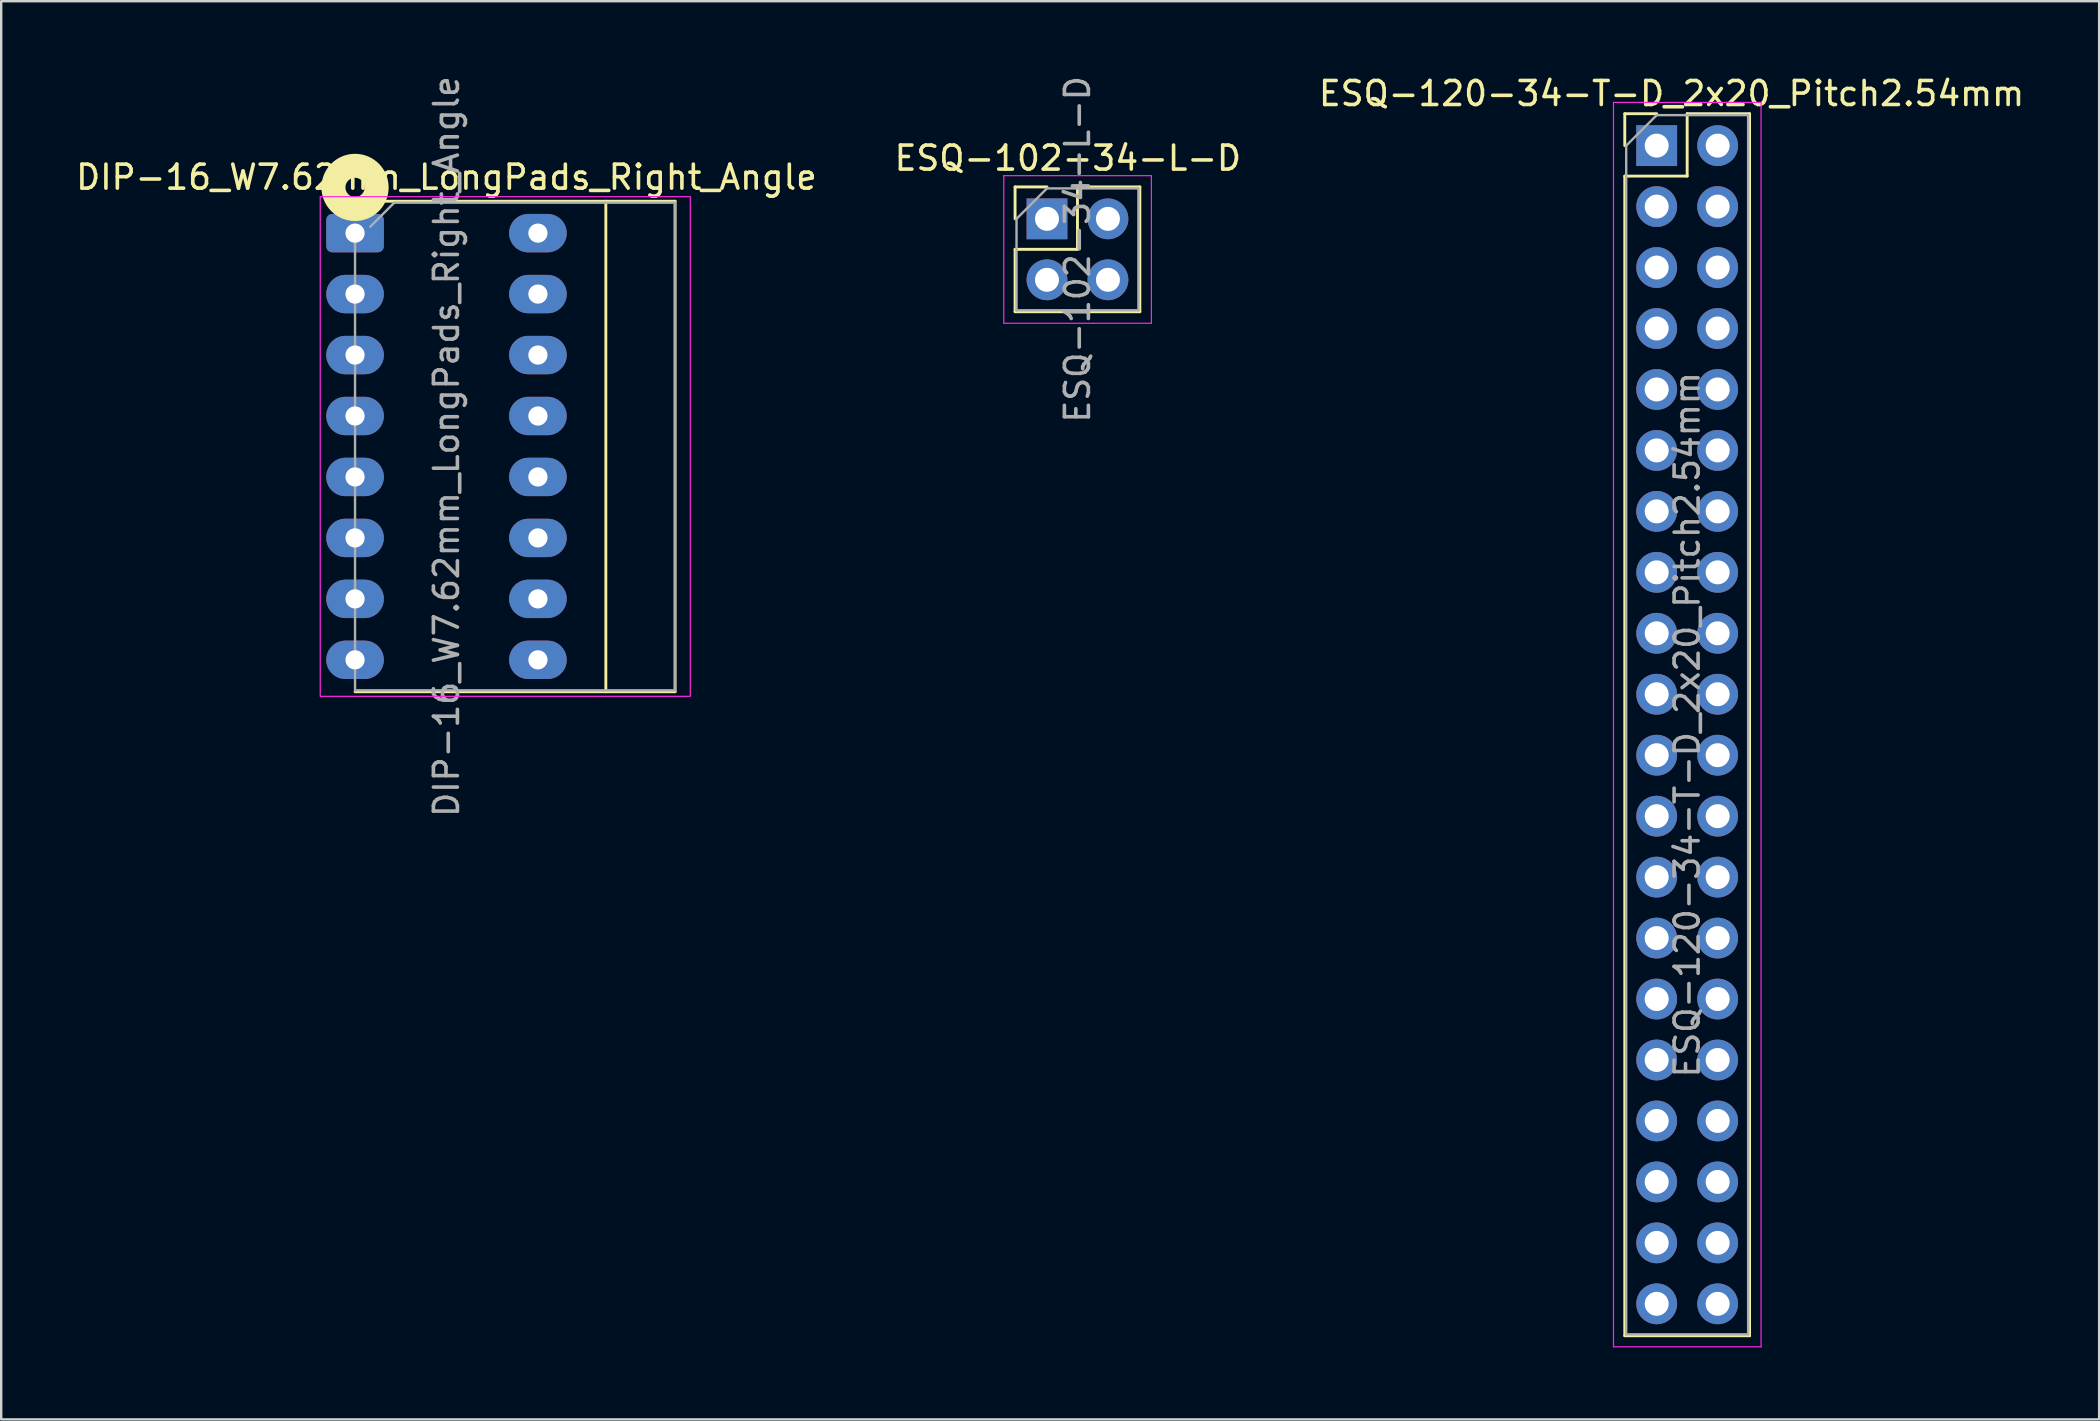
<source format=kicad_pcb>
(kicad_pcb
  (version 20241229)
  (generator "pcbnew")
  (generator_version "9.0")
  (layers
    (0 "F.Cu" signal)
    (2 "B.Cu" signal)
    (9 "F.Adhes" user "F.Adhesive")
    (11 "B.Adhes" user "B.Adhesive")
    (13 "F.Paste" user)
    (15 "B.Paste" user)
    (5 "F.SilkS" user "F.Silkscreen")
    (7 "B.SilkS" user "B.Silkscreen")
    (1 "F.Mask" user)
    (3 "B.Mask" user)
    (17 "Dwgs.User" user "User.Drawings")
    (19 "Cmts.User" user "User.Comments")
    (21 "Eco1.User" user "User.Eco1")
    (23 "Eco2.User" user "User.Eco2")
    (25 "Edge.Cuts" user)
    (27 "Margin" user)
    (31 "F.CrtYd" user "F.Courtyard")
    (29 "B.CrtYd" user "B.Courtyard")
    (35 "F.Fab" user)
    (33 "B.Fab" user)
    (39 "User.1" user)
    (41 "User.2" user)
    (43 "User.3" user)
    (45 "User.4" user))
  (footprint "ESQ-102-34-L-D"
    (layer "F.Cu")
    (at 41.846 7.339)
    (property "Reference" "ESQ-102-34-L-D" (at -0.4 -3.8 0) (layer "F.SilkS") (effects (font (size 1 1) (thickness 0.15))))
    (attr through_hole)
    (fp_line (start -2.6 -2.6) (end -1.27 -2.6) (stroke (width 0.12) (type solid)) (layer "F.SilkS"))
    (fp_line (start -2.6 -1.27) (end -2.6 -2.6) (stroke (width 0.12) (type solid)) (layer "F.SilkS"))
    (fp_line (start -2.6 0) (end -2.6 2.6) (stroke (width 0.12) (type solid)) (layer "F.SilkS"))
    (fp_line (start -2.6 0) (end 0 0) (stroke (width 0.12) (type solid)) (layer "F.SilkS"))
    (fp_line (start -2.6 2.6) (end 2.6 2.6) (stroke (width 0.12) (type solid)) (layer "F.SilkS"))
    (fp_line (start 0 -2.6) (end 2.6 -2.6) (stroke (width 0.12) (type solid)) (layer "F.SilkS"))
    (fp_line (start 0 0) (end 0 -2.6) (stroke (width 0.12) (type solid)) (layer "F.SilkS"))
    (fp_line (start 2.6 -2.6) (end 2.6 2.6) (stroke (width 0.12) (type solid)) (layer "F.SilkS"))
    (fp_line (start -3.07 -3.07) (end -3.07 3.08) (stroke (width 0.05) (type solid)) (layer "F.CrtYd"))
    (fp_line (start -3.07 3.08) (end 3.08 3.08) (stroke (width 0.05) (type solid)) (layer "F.CrtYd"))
    (fp_line (start 3.08 -3.07) (end -3.07 -3.07) (stroke (width 0.05) (type solid)) (layer "F.CrtYd"))
    (fp_line (start 3.08 3.08) (end 3.08 -3.07) (stroke (width 0.05) (type solid)) (layer "F.CrtYd"))
    (fp_line (start -2.54 -1.27) (end -1.27 -2.54) (stroke (width 0.1) (type solid)) (layer "F.Fab"))
    (fp_line (start -2.54 2.54) (end -2.54 -1.27) (stroke (width 0.1) (type solid)) (layer "F.Fab"))
    (fp_line (start -1.27 -2.54) (end 2.54 -2.54) (stroke (width 0.1) (type solid)) (layer "F.Fab"))
    (fp_line (start 2.54 -2.54) (end 2.54 2.54) (stroke (width 0.1) (type solid)) (layer "F.Fab"))
    (fp_line (start 2.54 2.54) (end -2.54 2.54) (stroke (width 0.1) (type solid)) (layer "F.Fab"))
    (fp_text user "${REFERENCE}" (at 0 0 90) (layer "F.Fab") (effects (font (size 1 1) (thickness 0.15))))
    (pad "1" thru_hole rect (at -1.27 -1.27) (size 1.7 1.7) (drill 1) (layers "*.Cu" "*.Mask"))
    (pad "2" thru_hole oval (at 1.27 -1.27) (size 1.7 1.7) (drill 1) (layers "*.Cu" "*.Mask"))
    (pad "3" thru_hole oval (at -1.27 1.27) (size 1.7 1.7) (drill 1) (layers "*.Cu" "*.Mask"))
    (pad "4" thru_hole oval (at 1.27 1.27) (size 1.7 1.7) (drill 1) (layers "*.Cu" "*.Mask")))
  (footprint "DIP-16_W7.62mm_LongPads_Right_Angle"
    (layer "F.Cu")
    (at 11.744 6.664)
    (property "Reference" "DIP-16_W7.62mm_LongPads_Right_Angle" (at 3.81 -2.33 0) (layer "F.SilkS") (effects (font (size 1 1) (thickness 0.15))))
    (attr through_hole)
    (fp_line (start 0 19.11) (end 13.335 19.11) (stroke (width 0.12) (type solid)) (layer "F.SilkS"))
    (fp_line (start 10.45 -1.33) (end 10.45 19.11) (stroke (width 0.12) (type solid)) (layer "F.SilkS"))
    (fp_line (start 13.335 -1.33) (end 1.27 -1.33) (stroke (width 0.12) (type solid)) (layer "F.SilkS"))
    (fp_line (start 13.335 19.11) (end 13.335 -1.33) (stroke (width 0.12) (type solid)) (layer "F.SilkS"))
    (fp_circle (center 0 -1.905) (end 0.4 -1.905) (stroke (width 1) (type solid)) (fill no) (layer "F.SilkS"))
    (fp_rect (start -1.45 -1.52) (end 13.97 19.3) (stroke (width 0.05) (type solid)) (fill no) (layer "F.CrtYd"))
    (fp_line (start 0 19.05) (end 0 -0.27) (stroke (width 0.1) (type solid)) (layer "F.Fab"))
    (fp_line (start 0.635 -0.27) (end 1.635 -1.27) (stroke (width 0.1) (type solid)) (layer "F.Fab"))
    (fp_line (start 1.635 -1.27) (end 13.335 -1.27) (stroke (width 0.1) (type solid)) (layer "F.Fab"))
    (fp_line (start 13.335 -1.27) (end 13.335 19.05) (stroke (width 0.1) (type solid)) (layer "F.Fab"))
    (fp_line (start 13.335 19.05) (end 0 19.05) (stroke (width 0.1) (type solid)) (layer "F.Fab"))
    (fp_text user "${REFERENCE}" (at 3.81 8.89 90) (layer "F.Fab") (effects (font (size 1 1) (thickness 0.15))))
    (pad "1" thru_hole roundrect (at 0 0) (size 2.4 1.6) (drill 0.8) (layers "*.Cu" "*.Mask") (roundrect_rratio 0.156))
    (pad "2" thru_hole oval (at 0 2.54) (size 2.4 1.6) (drill 0.8) (layers "*.Cu" "*.Mask"))
    (pad "3" thru_hole oval (at 0 5.08) (size 2.4 1.6) (drill 0.8) (layers "*.Cu" "*.Mask"))
    (pad "4" thru_hole oval (at 0 7.62) (size 2.4 1.6) (drill 0.8) (layers "*.Cu" "*.Mask"))
    (pad "5" thru_hole oval (at 0 10.16) (size 2.4 1.6) (drill 0.8) (layers "*.Cu" "*.Mask"))
    (pad "6" thru_hole oval (at 0 12.7) (size 2.4 1.6) (drill 0.8) (layers "*.Cu" "*.Mask"))
    (pad "7" thru_hole oval (at 0 15.24) (size 2.4 1.6) (drill 0.8) (layers "*.Cu" "*.Mask"))
    (pad "8" thru_hole oval (at 0 17.78) (size 2.4 1.6) (drill 0.8) (layers "*.Cu" "*.Mask"))
    (pad "9" thru_hole oval (at 7.62 17.78) (size 2.4 1.6) (drill 0.8) (layers "*.Cu" "*.Mask"))
    (pad "10" thru_hole oval (at 7.62 15.24) (size 2.4 1.6) (drill 0.8) (layers "*.Cu" "*.Mask"))
    (pad "11" thru_hole oval (at 7.62 12.7) (size 2.4 1.6) (drill 0.8) (layers "*.Cu" "*.Mask"))
    (pad "12" thru_hole oval (at 7.62 10.16) (size 2.4 1.6) (drill 0.8) (layers "*.Cu" "*.Mask"))
    (pad "13" thru_hole oval (at 7.62 7.62) (size 2.4 1.6) (drill 0.8) (layers "*.Cu" "*.Mask"))
    (pad "14" thru_hole oval (at 7.62 5.08) (size 2.4 1.6) (drill 0.8) (layers "*.Cu" "*.Mask"))
    (pad "15" thru_hole oval (at 7.62 2.54) (size 2.4 1.6) (drill 0.8) (layers "*.Cu" "*.Mask"))
    (pad "16" thru_hole oval (at 7.62 0) (size 2.4 1.6) (drill 0.8) (layers "*.Cu" "*.Mask")))
  (footprint "ESQ-120-34-T-D_2x20_Pitch2.54mm"
    (layer "F.Cu")
    (at 67.251 27.148)
    (property "Reference" "ESQ-120-34-T-D_2x20_Pitch2.54mm" (at -0.65 -26.3 0) (layer "F.SilkS") (effects (font (size 1 1) (thickness 0.15))))
    (attr through_hole)
    (fp_line (start -2.6 -25.46) (end -1.27 -25.46) (stroke (width 0.12) (type solid)) (layer "F.SilkS"))
    (fp_line (start -2.6 -24.13) (end -2.6 -25.46) (stroke (width 0.12) (type solid)) (layer "F.SilkS"))
    (fp_line (start -2.6 -22.86) (end -2.6 25.46) (stroke (width 0.12) (type solid)) (layer "F.SilkS"))
    (fp_line (start -2.6 -22.86) (end 0 -22.86) (stroke (width 0.12) (type solid)) (layer "F.SilkS"))
    (fp_line (start -2.6 25.46) (end 2.6 25.46) (stroke (width 0.12) (type solid)) (layer "F.SilkS"))
    (fp_line (start 0 -25.46) (end 2.6 -25.46) (stroke (width 0.12) (type solid)) (layer "F.SilkS"))
    (fp_line (start 0 -22.86) (end 0 -25.46) (stroke (width 0.12) (type solid)) (layer "F.SilkS"))
    (fp_line (start 2.6 -25.46) (end 2.6 25.46) (stroke (width 0.12) (type solid)) (layer "F.SilkS"))
    (fp_line (start -3.07 -25.93) (end -3.07 25.92) (stroke (width 0.05) (type solid)) (layer "F.CrtYd"))
    (fp_line (start -3.07 25.92) (end 3.08 25.92) (stroke (width 0.05) (type solid)) (layer "F.CrtYd"))
    (fp_line (start 3.08 -25.93) (end -3.07 -25.93) (stroke (width 0.05) (type solid)) (layer "F.CrtYd"))
    (fp_line (start 3.08 25.92) (end 3.08 -25.93) (stroke (width 0.05) (type solid)) (layer "F.CrtYd"))
    (fp_line (start -2.54 -24.13) (end -1.27 -25.4) (stroke (width 0.1) (type solid)) (layer "F.Fab"))
    (fp_line (start -2.54 25.4) (end -2.54 -24.13) (stroke (width 0.1) (type solid)) (layer "F.Fab"))
    (fp_line (start -1.27 -25.4) (end 2.54 -25.4) (stroke (width 0.1) (type solid)) (layer "F.Fab"))
    (fp_line (start 2.54 -25.4) (end 2.54 25.4) (stroke (width 0.1) (type solid)) (layer "F.Fab"))
    (fp_line (start 2.54 25.4) (end -2.54 25.4) (stroke (width 0.1) (type solid)) (layer "F.Fab"))
    (fp_text user "${REFERENCE}" (at 0 0 90) (layer "F.Fab") (effects (font (size 1 1) (thickness 0.15))))
    (pad "1" thru_hole rect (at -1.27 -24.13) (size 1.7 1.7) (drill 1) (layers "*.Cu" "*.Mask"))
    (pad "2" thru_hole oval (at 1.27 -24.13) (size 1.7 1.7) (drill 1) (layers "*.Cu" "*.Mask"))
    (pad "3" thru_hole oval (at -1.27 -21.59) (size 1.7 1.7) (drill 1) (layers "*.Cu" "*.Mask"))
    (pad "4" thru_hole oval (at 1.27 -21.59) (size 1.7 1.7) (drill 1) (layers "*.Cu" "*.Mask"))
    (pad "5" thru_hole oval (at -1.27 -19.05) (size 1.7 1.7) (drill 1) (layers "*.Cu" "*.Mask"))
    (pad "6" thru_hole oval (at 1.27 -19.05) (size 1.7 1.7) (drill 1) (layers "*.Cu" "*.Mask"))
    (pad "7" thru_hole oval (at -1.27 -16.51) (size 1.7 1.7) (drill 1) (layers "*.Cu" "*.Mask"))
    (pad "8" thru_hole oval (at 1.27 -16.51) (size 1.7 1.7) (drill 1) (layers "*.Cu" "*.Mask"))
    (pad "9" thru_hole oval (at -1.27 -13.97) (size 1.7 1.7) (drill 1) (layers "*.Cu" "*.Mask"))
    (pad "10" thru_hole oval (at 1.27 -13.97) (size 1.7 1.7) (drill 1) (layers "*.Cu" "*.Mask"))
    (pad "11" thru_hole oval (at -1.27 -11.43) (size 1.7 1.7) (drill 1) (layers "*.Cu" "*.Mask"))
    (pad "12" thru_hole oval (at 1.27 -11.43) (size 1.7 1.7) (drill 1) (layers "*.Cu" "*.Mask"))
    (pad "13" thru_hole oval (at -1.27 -8.89) (size 1.7 1.7) (drill 1) (layers "*.Cu" "*.Mask"))
    (pad "14" thru_hole oval (at 1.27 -8.89) (size 1.7 1.7) (drill 1) (layers "*.Cu" "*.Mask"))
    (pad "15" thru_hole oval (at -1.27 -6.35) (size 1.7 1.7) (drill 1) (layers "*.Cu" "*.Mask"))
    (pad "16" thru_hole oval (at 1.27 -6.35) (size 1.7 1.7) (drill 1) (layers "*.Cu" "*.Mask"))
    (pad "17" thru_hole oval (at -1.27 -3.81) (size 1.7 1.7) (drill 1) (layers "*.Cu" "*.Mask"))
    (pad "18" thru_hole oval (at 1.27 -3.81) (size 1.7 1.7) (drill 1) (layers "*.Cu" "*.Mask"))
    (pad "19" thru_hole oval (at -1.27 -1.27) (size 1.7 1.7) (drill 1) (layers "*.Cu" "*.Mask"))
    (pad "20" thru_hole oval (at 1.27 -1.27) (size 1.7 1.7) (drill 1) (layers "*.Cu" "*.Mask"))
    (pad "21" thru_hole oval (at -1.27 1.27) (size 1.7 1.7) (drill 1) (layers "*.Cu" "*.Mask"))
    (pad "22" thru_hole oval (at 1.27 1.27) (size 1.7 1.7) (drill 1) (layers "*.Cu" "*.Mask"))
    (pad "23" thru_hole oval (at -1.27 3.81) (size 1.7 1.7) (drill 1) (layers "*.Cu" "*.Mask"))
    (pad "24" thru_hole oval (at 1.27 3.81) (size 1.7 1.7) (drill 1) (layers "*.Cu" "*.Mask"))
    (pad "25" thru_hole oval (at -1.27 6.35) (size 1.7 1.7) (drill 1) (layers "*.Cu" "*.Mask"))
    (pad "26" thru_hole oval (at 1.27 6.35) (size 1.7 1.7) (drill 1) (layers "*.Cu" "*.Mask"))
    (pad "27" thru_hole oval (at -1.27 8.89) (size 1.7 1.7) (drill 1) (layers "*.Cu" "*.Mask"))
    (pad "28" thru_hole oval (at 1.27 8.89) (size 1.7 1.7) (drill 1) (layers "*.Cu" "*.Mask"))
    (pad "29" thru_hole oval (at -1.27 11.43) (size 1.7 1.7) (drill 1) (layers "*.Cu" "*.Mask"))
    (pad "30" thru_hole oval (at 1.27 11.43) (size 1.7 1.7) (drill 1) (layers "*.Cu" "*.Mask"))
    (pad "31" thru_hole oval (at -1.27 13.97) (size 1.7 1.7) (drill 1) (layers "*.Cu" "*.Mask"))
    (pad "32" thru_hole oval (at 1.27 13.97) (size 1.7 1.7) (drill 1) (layers "*.Cu" "*.Mask"))
    (pad "33" thru_hole oval (at -1.27 16.51) (size 1.7 1.7) (drill 1) (layers "*.Cu" "*.Mask"))
    (pad "34" thru_hole oval (at 1.27 16.51) (size 1.7 1.7) (drill 1) (layers "*.Cu" "*.Mask"))
    (pad "35" thru_hole oval (at -1.27 19.05) (size 1.7 1.7) (drill 1) (layers "*.Cu" "*.Mask"))
    (pad "36" thru_hole oval (at 1.27 19.05) (size 1.7 1.7) (drill 1) (layers "*.Cu" "*.Mask"))
    (pad "37" thru_hole oval (at -1.27 21.59) (size 1.7 1.7) (drill 1) (layers "*.Cu" "*.Mask"))
    (pad "38" thru_hole oval (at 1.27 21.59) (size 1.7 1.7) (drill 1) (layers "*.Cu" "*.Mask"))
    (pad "39" thru_hole oval (at -1.27 24.13) (size 1.7 1.7) (drill 1) (layers "*.Cu" "*.Mask"))
    (pad "40" thru_hole oval (at 1.27 24.13) (size 1.7 1.7) (drill 1) (layers "*.Cu" "*.Mask")))
  (gr_rect
    (start -3 -3)
    (end 84.417 56.093)
    (stroke (width 0.1) (type default))
    (fill no)
    (layer "Edge.Cuts")))
</source>
